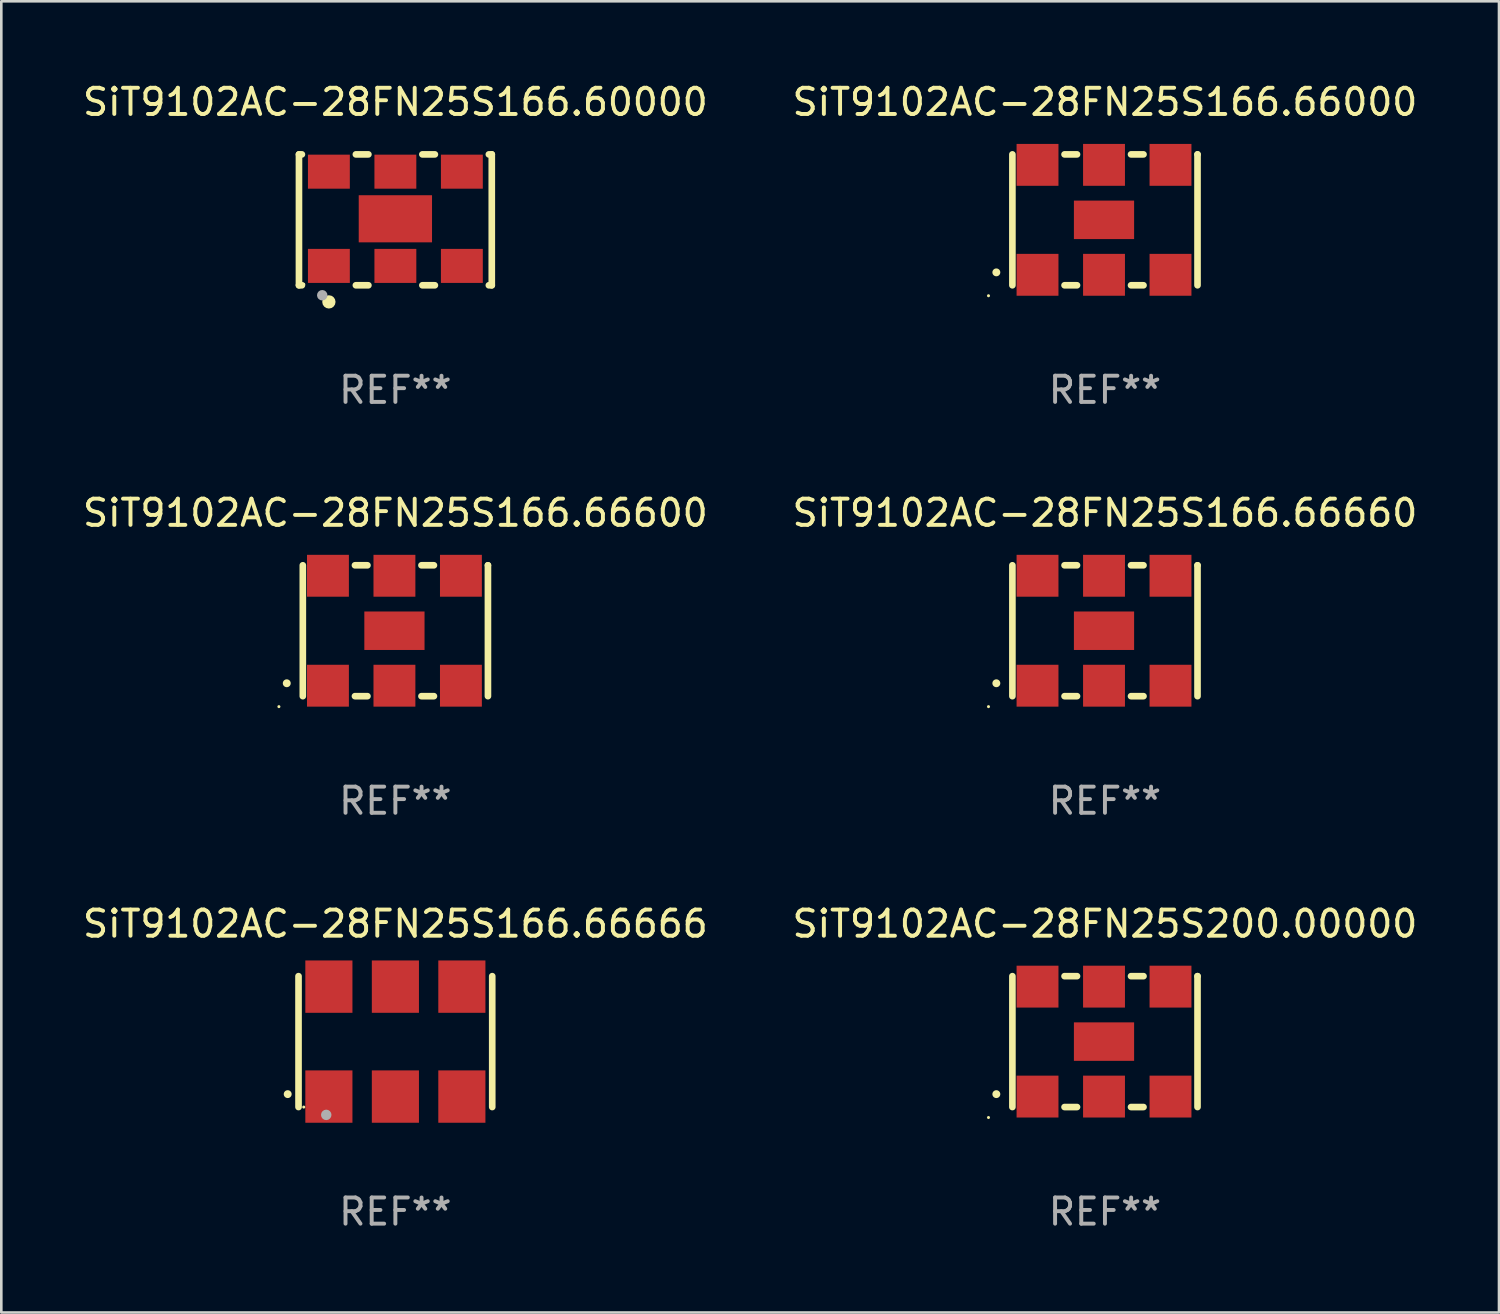
<source format=kicad_pcb>
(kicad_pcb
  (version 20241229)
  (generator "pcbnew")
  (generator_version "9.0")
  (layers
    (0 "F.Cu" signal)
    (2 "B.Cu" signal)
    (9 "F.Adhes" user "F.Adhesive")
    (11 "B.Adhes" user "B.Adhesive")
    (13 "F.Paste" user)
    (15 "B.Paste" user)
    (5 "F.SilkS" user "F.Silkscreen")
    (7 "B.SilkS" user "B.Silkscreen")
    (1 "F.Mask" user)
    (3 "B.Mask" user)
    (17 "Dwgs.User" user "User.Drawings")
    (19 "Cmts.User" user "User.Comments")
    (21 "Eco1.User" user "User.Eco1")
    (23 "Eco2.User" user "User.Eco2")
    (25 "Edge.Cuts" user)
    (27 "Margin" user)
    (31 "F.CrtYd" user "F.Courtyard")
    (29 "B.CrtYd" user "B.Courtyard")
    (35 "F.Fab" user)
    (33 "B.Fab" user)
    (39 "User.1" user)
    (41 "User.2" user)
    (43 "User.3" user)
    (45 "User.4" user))
  (footprint "SiT9102AC-28FN25S166.66666"
    (layer "F.Cu")
    (at 12.054 36.741)
    (property "Reference" "SiT9102AC-28FN25S166.66666" (at 0 -4.5 0) (layer "F.SilkS") (effects (font (size 1 1) (thickness 0.15))))
    (attr through_hole)
    (fp_line (start -3.7 -2.5) (end -3.7 2.5) (stroke (width 0.254) (type solid)) (layer "F.SilkS"))
    (fp_line (start 3.7 -2.5) (end 3.7 2.5) (stroke (width 0.254) (type solid)) (layer "F.SilkS"))
    (fp_arc (start -4.114415 2.006604) (mid -4.113145 2.006599) (end -4.111875 2.006604) (stroke (width 0.3) (type solid)) (layer "F.SilkS"))
    (fp_circle (center -3.5 2.501) (end -3.47 2.501) (stroke (width 0.06) (type solid)) (fill no) (layer "F.SilkS"))
    (fp_circle (center -2.641 2.799) (end -2.541 2.799) (stroke (width 0.2) (type solid)) (fill no) (layer "F.Fab"))
    (fp_text user "REF**" (at 0 6.5 0) (layer "F.Fab") (effects (font (size 1 1) (thickness 0.15))))
    (pad "1" smd rect (at -2.54 2.1) (size 1.8 2) (layers "F.Cu" "F.Mask" "F.Paste"))
    (pad "2" smd rect (at 0.000394 2.1) (size 1.8 2) (layers "F.Cu" "F.Mask" "F.Paste"))
    (pad "3" smd rect (at 2.54 2.1) (size 1.8 2) (layers "F.Cu" "F.Mask" "F.Paste"))
    (pad "4" smd rect (at 2.54 -2.1) (size 1.8 2) (layers "F.Cu" "F.Mask" "F.Paste"))
    (pad "5" smd rect (at 0.000394 -2.1) (size 1.8 2) (layers "F.Cu" "F.Mask" "F.Paste"))
    (pad "6" smd rect (at -2.54 -2.1) (size 1.8 2) (layers "F.Cu" "F.Mask" "F.Paste")))
  (footprint "SiT9102AC-28FN25S166.66660"
    (layer "F.Cu")
    (at 39.161 21.045)
    (property "Reference" "SiT9102AC-28FN25S166.66660" (at 0 -4.5 0) (layer "F.SilkS") (effects (font (size 1 1) (thickness 0.15))))
    (attr through_hole)
    (fp_line (start -3.536 -2.5) (end -3.536 2.5) (stroke (width 0.254) (type solid)) (layer "F.SilkS"))
    (fp_line (start -1.544 2.5) (end -1.067 2.5) (stroke (width 0.254) (type solid)) (layer "F.SilkS"))
    (fp_line (start -1.067 -2.5) (end -1.544 -2.5) (stroke (width 0.254) (type solid)) (layer "F.SilkS"))
    (fp_line (start 0.996 2.5) (end 1.473 2.5) (stroke (width 0.254) (type solid)) (layer "F.SilkS"))
    (fp_line (start 1.473 -2.5) (end 0.996 -2.5) (stroke (width 0.254) (type solid)) (layer "F.SilkS"))
    (fp_line (start 3.536 -2.5) (end 3.536 -2.5) (stroke (width 0.254) (type solid)) (layer "F.SilkS"))
    (fp_line (start 3.536 2.5) (end 3.536 -2.5) (stroke (width 0.254) (type solid)) (layer "F.SilkS"))
    (fp_arc (start -4.150432 2.006604) (mid -4.149162 2.006599) (end -4.147892 2.006604) (stroke (width 0.3) (type solid)) (layer "F.SilkS"))
    (fp_circle (center -4.449 2.9) (end -4.419 2.9) (stroke (width 0.06) (type solid)) (fill no) (layer "F.SilkS"))
    (fp_text user "REF**" (at 0 6.5 0) (layer "F.Fab") (effects (font (size 1 1) (thickness 0.15))))
    (pad "1" smd rect (at -2.576 2.1) (size 1.6 1.6) (layers "F.Cu" "F.Mask" "F.Paste"))
    (pad "2" smd rect (at -0.036 2.1) (size 1.6 1.6) (layers "F.Cu" "F.Mask" "F.Paste"))
    (pad "3" smd rect (at 2.504 2.1) (size 1.6 1.6) (layers "F.Cu" "F.Mask" "F.Paste"))
    (pad "4" smd rect (at 2.504 -2.1) (size 1.6 1.6) (layers "F.Cu" "F.Mask" "F.Paste"))
    (pad "5" smd rect (at -0.036 -2.1) (size 1.6 1.6) (layers "F.Cu" "F.Mask" "F.Paste"))
    (pad "6" smd rect (at -2.576 -2.1) (size 1.6 1.6) (layers "F.Cu" "F.Mask" "F.Paste"))
    (pad "7" smd rect (at -0.036 0) (size 2.3 1.47) (layers "F.Cu" "F.Mask" "F.Paste")))
  (footprint "SiT9102AC-28FN25S166.66600"
    (layer "F.Cu")
    (at 12.054 21.045)
    (property "Reference" "SiT9102AC-28FN25S166.66600" (at 0 -4.5 0) (layer "F.SilkS") (effects (font (size 1 1) (thickness 0.15))))
    (attr through_hole)
    (fp_line (start -3.536 -2.5) (end -3.536 2.5) (stroke (width 0.254) (type solid)) (layer "F.SilkS"))
    (fp_line (start -1.544 2.5) (end -1.067 2.5) (stroke (width 0.254) (type solid)) (layer "F.SilkS"))
    (fp_line (start -1.067 -2.5) (end -1.544 -2.5) (stroke (width 0.254) (type solid)) (layer "F.SilkS"))
    (fp_line (start 0.996 2.5) (end 1.473 2.5) (stroke (width 0.254) (type solid)) (layer "F.SilkS"))
    (fp_line (start 1.473 -2.5) (end 0.996 -2.5) (stroke (width 0.254) (type solid)) (layer "F.SilkS"))
    (fp_line (start 3.536 -2.5) (end 3.536 -2.5) (stroke (width 0.254) (type solid)) (layer "F.SilkS"))
    (fp_line (start 3.536 2.5) (end 3.536 -2.5) (stroke (width 0.254) (type solid)) (layer "F.SilkS"))
    (fp_arc (start -4.150432 2.006604) (mid -4.149162 2.006599) (end -4.147892 2.006604) (stroke (width 0.3) (type solid)) (layer "F.SilkS"))
    (fp_circle (center -4.449 2.9) (end -4.419 2.9) (stroke (width 0.06) (type solid)) (fill no) (layer "F.SilkS"))
    (fp_text user "REF**" (at 0 6.5 0) (layer "F.Fab") (effects (font (size 1 1) (thickness 0.15))))
    (pad "1" smd rect (at -2.576 2.1) (size 1.6 1.6) (layers "F.Cu" "F.Mask" "F.Paste"))
    (pad "2" smd rect (at -0.036 2.1) (size 1.6 1.6) (layers "F.Cu" "F.Mask" "F.Paste"))
    (pad "3" smd rect (at 2.504 2.1) (size 1.6 1.6) (layers "F.Cu" "F.Mask" "F.Paste"))
    (pad "4" smd rect (at 2.504 -2.1) (size 1.6 1.6) (layers "F.Cu" "F.Mask" "F.Paste"))
    (pad "5" smd rect (at -0.036 -2.1) (size 1.6 1.6) (layers "F.Cu" "F.Mask" "F.Paste"))
    (pad "6" smd rect (at -2.576 -2.1) (size 1.6 1.6) (layers "F.Cu" "F.Mask" "F.Paste"))
    (pad "7" smd rect (at -0.036 0) (size 2.3 1.47) (layers "F.Cu" "F.Mask" "F.Paste")))
  (footprint "SiT9102AC-28FN25S200.00000"
    (layer "F.Cu")
    (at 39.161 36.741)
    (property "Reference" "SiT9102AC-28FN25S200.00000" (at 0 -4.5 0) (layer "F.SilkS") (effects (font (size 1 1) (thickness 0.15))))
    (attr through_hole)
    (fp_line (start -3.536 -2.5) (end -3.536 2.5) (stroke (width 0.254) (type solid)) (layer "F.SilkS"))
    (fp_line (start -1.544 2.5) (end -1.067 2.5) (stroke (width 0.254) (type solid)) (layer "F.SilkS"))
    (fp_line (start -1.067 -2.5) (end -1.544 -2.5) (stroke (width 0.254) (type solid)) (layer "F.SilkS"))
    (fp_line (start 0.996 2.5) (end 1.473 2.5) (stroke (width 0.254) (type solid)) (layer "F.SilkS"))
    (fp_line (start 1.473 -2.5) (end 0.996 -2.5) (stroke (width 0.254) (type solid)) (layer "F.SilkS"))
    (fp_line (start 3.536 -2.5) (end 3.536 -2.5) (stroke (width 0.254) (type solid)) (layer "F.SilkS"))
    (fp_line (start 3.536 2.5) (end 3.536 -2.5) (stroke (width 0.254) (type solid)) (layer "F.SilkS"))
    (fp_arc (start -4.150432 2.006604) (mid -4.149162 2.006599) (end -4.147892 2.006604) (stroke (width 0.3) (type solid)) (layer "F.SilkS"))
    (fp_circle (center -4.449 2.9) (end -4.419 2.9) (stroke (width 0.06) (type solid)) (fill no) (layer "F.SilkS"))
    (fp_text user "REF**" (at 0 6.5 0) (layer "F.Fab") (effects (font (size 1 1) (thickness 0.15))))
    (pad "1" smd rect (at -2.576 2.1) (size 1.6 1.6) (layers "F.Cu" "F.Mask" "F.Paste"))
    (pad "2" smd rect (at -0.036 2.1) (size 1.6 1.6) (layers "F.Cu" "F.Mask" "F.Paste"))
    (pad "3" smd rect (at 2.504 2.1) (size 1.6 1.6) (layers "F.Cu" "F.Mask" "F.Paste"))
    (pad "4" smd rect (at 2.504 -2.1) (size 1.6 1.6) (layers "F.Cu" "F.Mask" "F.Paste"))
    (pad "5" smd rect (at -0.036 -2.1) (size 1.6 1.6) (layers "F.Cu" "F.Mask" "F.Paste"))
    (pad "6" smd rect (at -2.576 -2.1) (size 1.6 1.6) (layers "F.Cu" "F.Mask" "F.Paste"))
    (pad "7" smd rect (at -0.036 0) (size 2.3 1.47) (layers "F.Cu" "F.Mask" "F.Paste")))
  (footprint "SiT9102AC-28FN25S166.60000"
    (layer "F.Cu")
    (at 12.054 5.348)
    (property "Reference" "SiT9102AC-28FN25S166.60000" (at 0 -4.5 0) (layer "F.SilkS") (effects (font (size 1 1) (thickness 0.15))))
    (attr through_hole)
    (fp_line (start -3.683 -2.5) (end -3.571 -2.5) (stroke (width 0.254) (type solid)) (layer "F.SilkS"))
    (fp_line (start -3.683 2.5) (end -3.683 -2.5) (stroke (width 0.254) (type solid)) (layer "F.SilkS"))
    (fp_line (start -3.683 2.5) (end -3.571 2.5) (stroke (width 0.254) (type solid)) (layer "F.SilkS"))
    (fp_line (start -1.509 -2.5) (end -1.031 -2.5) (stroke (width 0.254) (type solid)) (layer "F.SilkS"))
    (fp_line (start -1.509 2.5) (end -1.031 2.5) (stroke (width 0.254) (type solid)) (layer "F.SilkS"))
    (fp_line (start 1.031 -2.5) (end 1.509 -2.5) (stroke (width 0.254) (type solid)) (layer "F.SilkS"))
    (fp_line (start 1.031 2.5) (end 1.509 2.5) (stroke (width 0.254) (type solid)) (layer "F.SilkS"))
    (fp_line (start 3.571 -2.5) (end 3.683 -2.5) (stroke (width 0.254) (type solid)) (layer "F.SilkS"))
    (fp_line (start 3.571 2.5) (end 3.683 2.5) (stroke (width 0.254) (type solid)) (layer "F.SilkS"))
    (fp_line (start 3.683 2.5) (end 3.683 -2.5) (stroke (width 0.254) (type solid)) (layer "F.SilkS"))
    (fp_circle (center -3.5 2.46) (end -3.47 2.46) (stroke (width 0.06) (type solid)) (fill no) (layer "F.SilkS"))
    (fp_circle (center -2.54 3.135) (end -2.413 3.135) (stroke (width 0.254) (type solid)) (fill no) (layer "F.SilkS"))
    (fp_circle (center -2.794 2.881) (end -2.694 2.881) (stroke (width 0.2) (type solid)) (fill no) (layer "F.Fab"))
    (fp_text user "REF**" (at 0 6.5 0) (layer "F.Fab") (effects (font (size 1 1) (thickness 0.15))))
    (pad "1" smd rect (at -2.54 1.76) (size 1.6 1.3) (layers "F.Cu" "F.Mask" "F.Paste"))
    (pad "2" smd rect (at 0 1.76) (size 1.6 1.3) (layers "F.Cu" "F.Mask" "F.Paste"))
    (pad "3" smd rect (at 2.54 1.76) (size 1.6 1.3) (layers "F.Cu" "F.Mask" "F.Paste"))
    (pad "4" smd rect (at 2.54 -1.84) (size 1.6 1.3) (layers "F.Cu" "F.Mask" "F.Paste"))
    (pad "5" smd rect (at 0 -1.84) (size 1.6 1.3) (layers "F.Cu" "F.Mask" "F.Paste"))
    (pad "6" smd rect (at -2.54 -1.84) (size 1.6 1.3) (layers "F.Cu" "F.Mask" "F.Paste"))
    (pad "7" smd rect (at 0 -0.04) (size 2.8 1.8) (layers "F.Cu" "F.Mask" "F.Paste")))
  (footprint "SiT9102AC-28FN25S166.66000"
    (layer "F.Cu")
    (at 39.161 5.348)
    (property "Reference" "SiT9102AC-28FN25S166.66000" (at 0 -4.5 0) (layer "F.SilkS") (effects (font (size 1 1) (thickness 0.15))))
    (attr through_hole)
    (fp_line (start -3.536 -2.5) (end -3.536 2.5) (stroke (width 0.254) (type solid)) (layer "F.SilkS"))
    (fp_line (start -1.544 2.5) (end -1.067 2.5) (stroke (width 0.254) (type solid)) (layer "F.SilkS"))
    (fp_line (start -1.067 -2.5) (end -1.544 -2.5) (stroke (width 0.254) (type solid)) (layer "F.SilkS"))
    (fp_line (start 0.996 2.5) (end 1.473 2.5) (stroke (width 0.254) (type solid)) (layer "F.SilkS"))
    (fp_line (start 1.473 -2.5) (end 0.996 -2.5) (stroke (width 0.254) (type solid)) (layer "F.SilkS"))
    (fp_line (start 3.536 -2.5) (end 3.536 -2.5) (stroke (width 0.254) (type solid)) (layer "F.SilkS"))
    (fp_line (start 3.536 2.5) (end 3.536 -2.5) (stroke (width 0.254) (type solid)) (layer "F.SilkS"))
    (fp_arc (start -4.150432 2.006604) (mid -4.149162 2.006599) (end -4.147892 2.006604) (stroke (width 0.3) (type solid)) (layer "F.SilkS"))
    (fp_circle (center -4.449 2.9) (end -4.419 2.9) (stroke (width 0.06) (type solid)) (fill no) (layer "F.SilkS"))
    (fp_text user "REF**" (at 0 6.5 0) (layer "F.Fab") (effects (font (size 1 1) (thickness 0.15))))
    (pad "1" smd rect (at -2.576 2.1) (size 1.6 1.6) (layers "F.Cu" "F.Mask" "F.Paste"))
    (pad "2" smd rect (at -0.036 2.1) (size 1.6 1.6) (layers "F.Cu" "F.Mask" "F.Paste"))
    (pad "3" smd rect (at 2.504 2.1) (size 1.6 1.6) (layers "F.Cu" "F.Mask" "F.Paste"))
    (pad "4" smd rect (at 2.504 -2.1) (size 1.6 1.6) (layers "F.Cu" "F.Mask" "F.Paste"))
    (pad "5" smd rect (at -0.036 -2.1) (size 1.6 1.6) (layers "F.Cu" "F.Mask" "F.Paste"))
    (pad "6" smd rect (at -2.576 -2.1) (size 1.6 1.6) (layers "F.Cu" "F.Mask" "F.Paste"))
    (pad "7" smd rect (at -0.036 0) (size 2.3 1.47) (layers "F.Cu" "F.Mask" "F.Paste")))
  (gr_rect
    (start -3 -3)
    (end 54.214 47.09)
    (stroke (width 0.1) (type default))
    (fill no)
    (layer "Edge.Cuts")))
</source>
